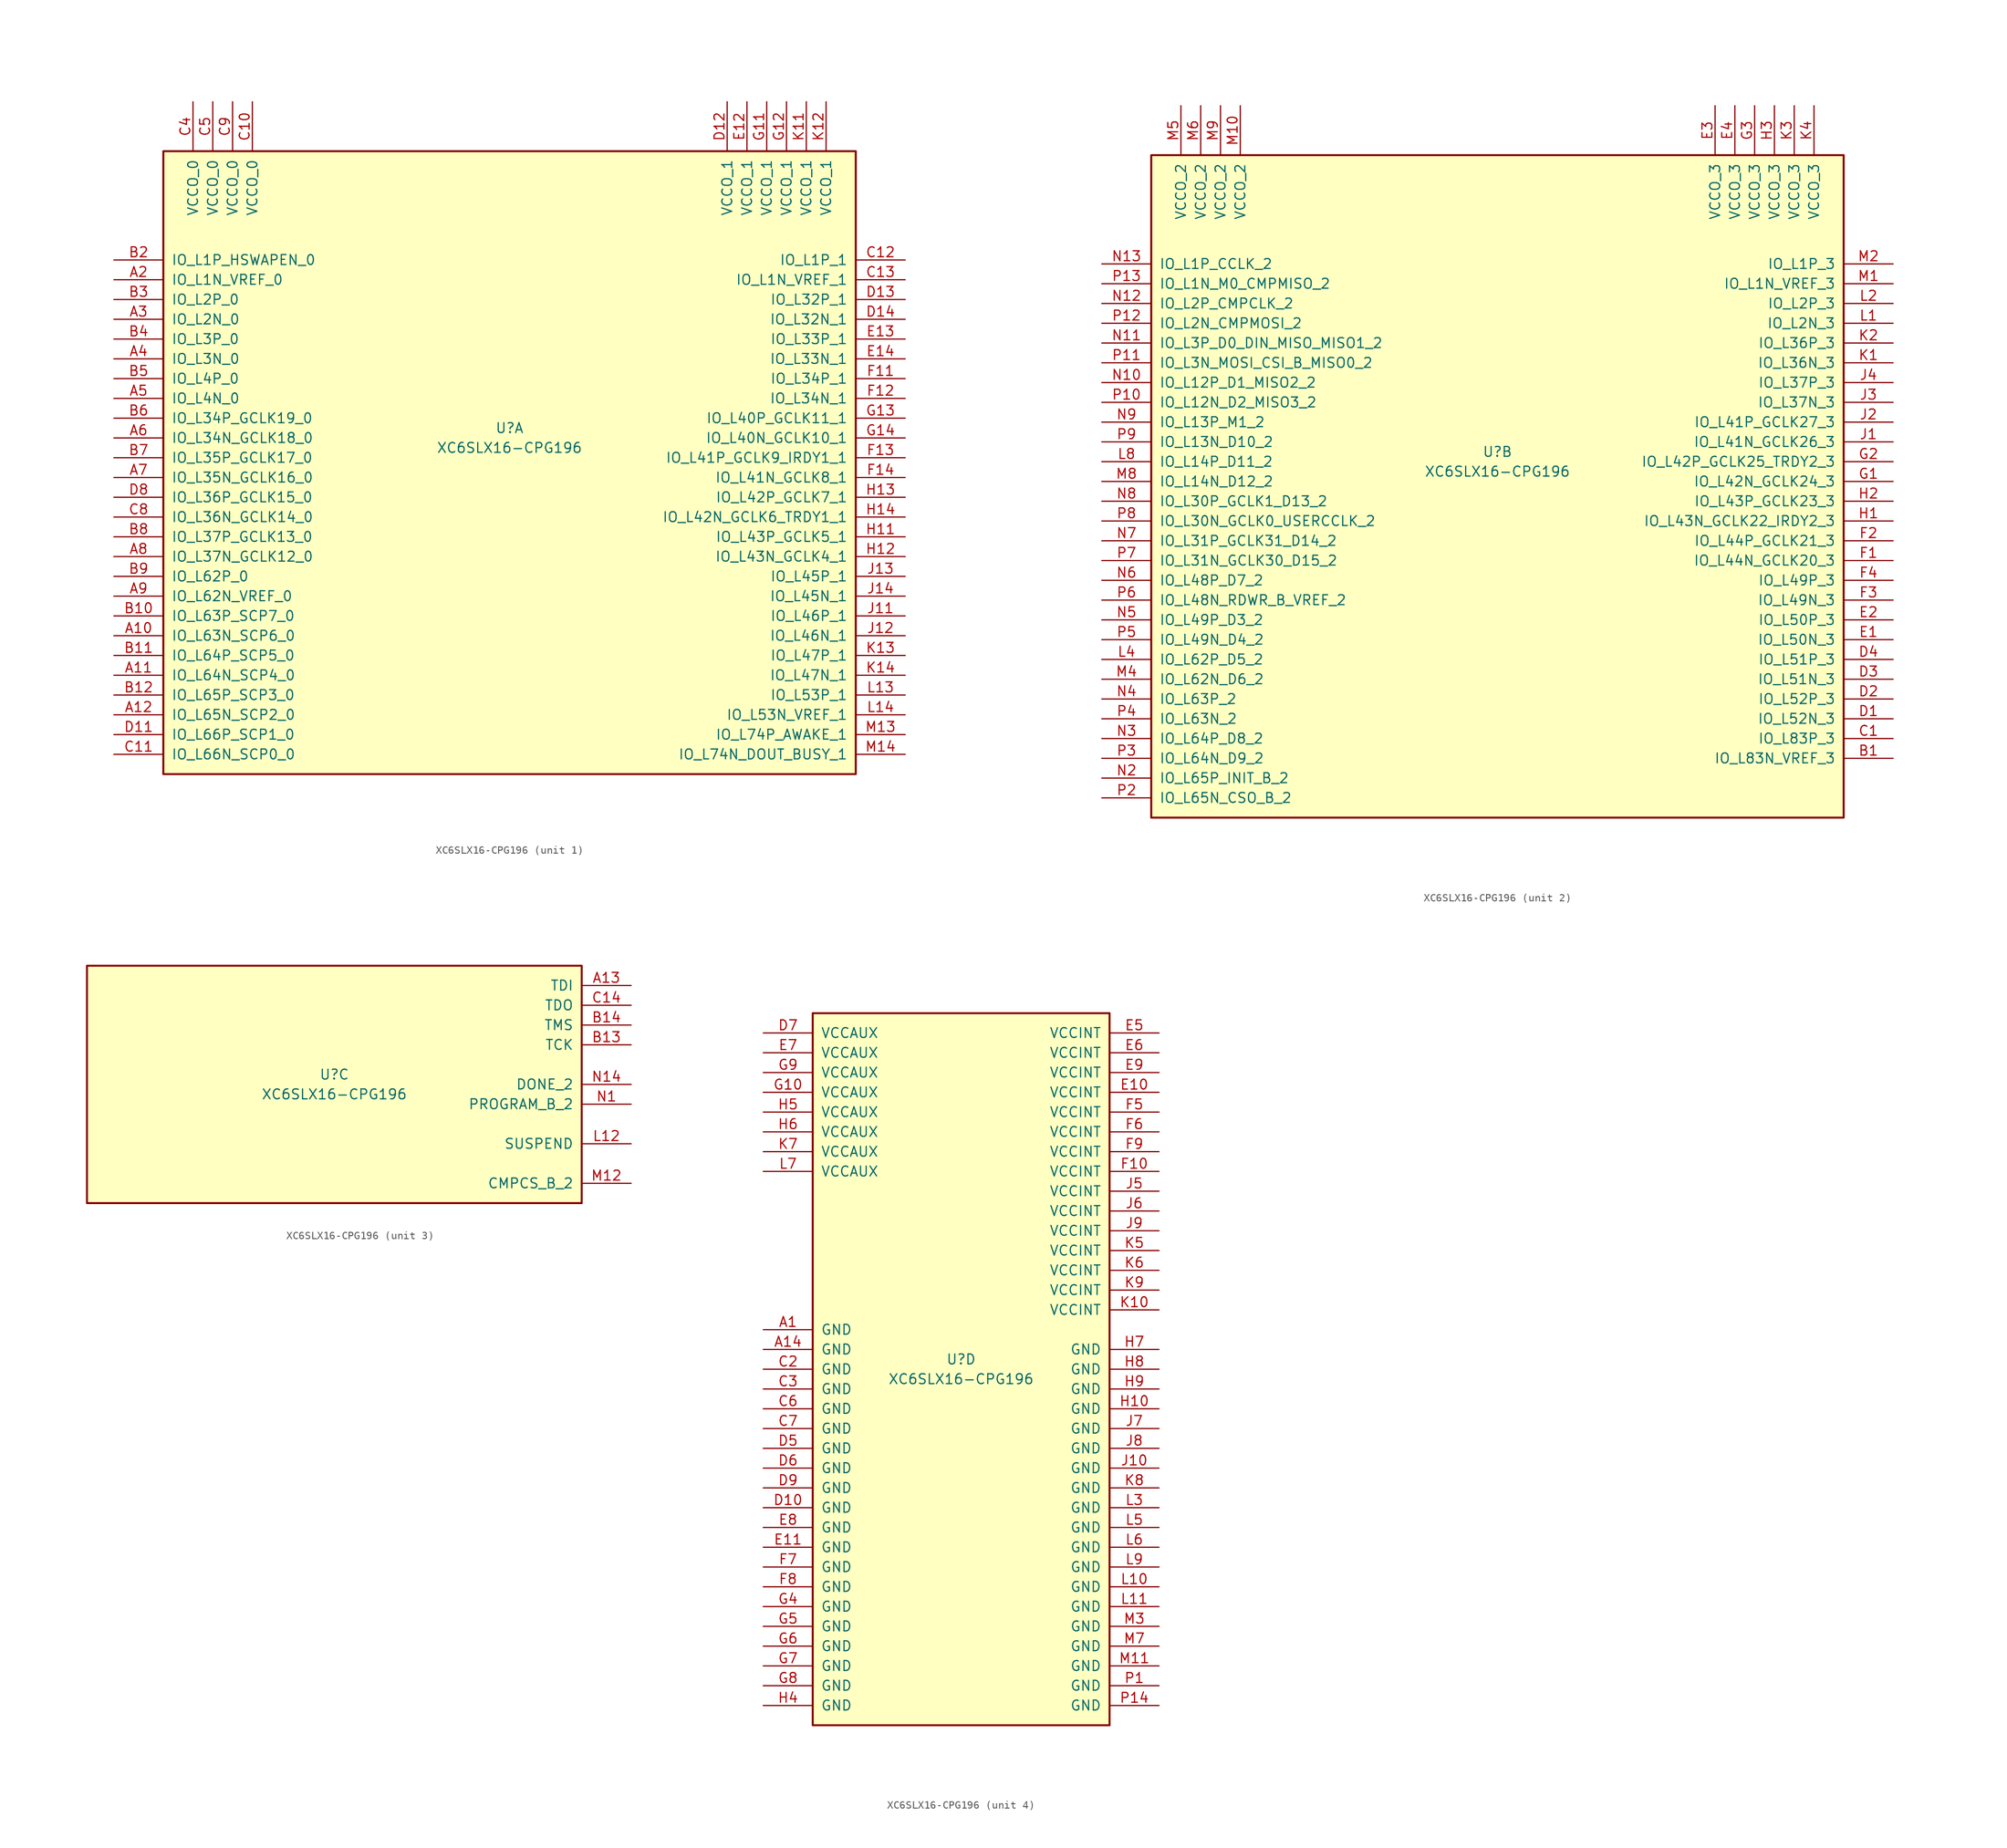
<source format=kicad_sym>
(kicad_symbol_lib
  (version 20201005)
  (generator kicad_symbol_editor)
  (symbol "FPGA_Xilinx_Spartan6:XC6SLX16-CPG196"
    (pin_names
      (offset 1.016))
    (property "Reference" "U"
      (at 0 1.27 0)
      (effects (font (size 1.27 1.27))))
    (property "Value" "XC6SLX16-CPG196"
      (at 0 -1.27 0)
      (effects (font (size 1.27 1.27))))
    (property "Datasheet" ""
      (at 0 0 0)
      (effects (font (size 1.27 1.27))))
    (property "ki_locked" ""
      (at 0 0 0)
      (effects (font (size 1.27 1.27))))
    (symbol "XC6SLX16-CPG196_1_1"
      (rectangle (start -44.45 36.83) (end 44.45 -43.18) (stroke (width 0.254)) (fill (type background)))
      (pin power_in line (at -40.64 43.18 270) (length 6.35) (name "VCCO_0" (effects (font (size 1.27 1.27)))) (number "C4" (effects (font (size 1.27 1.27)))))
      (pin power_in line (at -38.1 43.18 270) (length 6.35) (name "VCCO_0" (effects (font (size 1.27 1.27)))) (number "C5" (effects (font (size 1.27 1.27)))))
      (pin power_in line (at -35.56 43.18 270) (length 6.35) (name "VCCO_0" (effects (font (size 1.27 1.27)))) (number "C9" (effects (font (size 1.27 1.27)))))
      (pin power_in line (at -33.02 43.18 270) (length 6.35) (name "VCCO_0" (effects (font (size 1.27 1.27)))) (number "C10" (effects (font (size 1.27 1.27)))))
      (pin bidirectional line (at -50.8 22.86 0) (length 6.35) (name "IO_L1P_HSWAPEN_0" (effects (font (size 1.27 1.27)))) (number "B2" (effects (font (size 1.27 1.27)))))
      (pin bidirectional line (at -50.8 20.32 0) (length 6.35) (name "IO_L1N_VREF_0" (effects (font (size 1.27 1.27)))) (number "A2" (effects (font (size 1.27 1.27)))))
      (pin bidirectional line (at -50.8 17.78 0) (length 6.35) (name "IO_L2P_0" (effects (font (size 1.27 1.27)))) (number "B3" (effects (font (size 1.27 1.27)))))
      (pin bidirectional line (at -50.8 15.24 0) (length 6.35) (name "IO_L2N_0" (effects (font (size 1.27 1.27)))) (number "A3" (effects (font (size 1.27 1.27)))))
      (pin bidirectional line (at -50.8 12.7 0) (length 6.35) (name "IO_L3P_0" (effects (font (size 1.27 1.27)))) (number "B4" (effects (font (size 1.27 1.27)))))
      (pin bidirectional line (at -50.8 10.16 0) (length 6.35) (name "IO_L3N_0" (effects (font (size 1.27 1.27)))) (number "A4" (effects (font (size 1.27 1.27)))))
      (pin bidirectional line (at -50.8 7.62 0) (length 6.35) (name "IO_L4P_0" (effects (font (size 1.27 1.27)))) (number "B5" (effects (font (size 1.27 1.27)))))
      (pin bidirectional line (at -50.8 5.08 0) (length 6.35) (name "IO_L4N_0" (effects (font (size 1.27 1.27)))) (number "A5" (effects (font (size 1.27 1.27)))))
      (pin bidirectional line (at -50.8 2.54 0) (length 6.35) (name "IO_L34P_GCLK19_0" (effects (font (size 1.27 1.27)))) (number "B6" (effects (font (size 1.27 1.27)))))
      (pin bidirectional line (at -50.8 0 0) (length 6.35) (name "IO_L34N_GCLK18_0" (effects (font (size 1.27 1.27)))) (number "A6" (effects (font (size 1.27 1.27)))))
      (pin bidirectional line (at -50.8 -2.54 0) (length 6.35) (name "IO_L35P_GCLK17_0" (effects (font (size 1.27 1.27)))) (number "B7" (effects (font (size 1.27 1.27)))))
      (pin bidirectional line (at -50.8 -5.08 0) (length 6.35) (name "IO_L35N_GCLK16_0" (effects (font (size 1.27 1.27)))) (number "A7" (effects (font (size 1.27 1.27)))))
      (pin bidirectional line (at -50.8 -7.62 0) (length 6.35) (name "IO_L36P_GCLK15_0" (effects (font (size 1.27 1.27)))) (number "D8" (effects (font (size 1.27 1.27)))))
      (pin bidirectional line (at -50.8 -10.16 0) (length 6.35) (name "IO_L36N_GCLK14_0" (effects (font (size 1.27 1.27)))) (number "C8" (effects (font (size 1.27 1.27)))))
      (pin bidirectional line (at -50.8 -12.7 0) (length 6.35) (name "IO_L37P_GCLK13_0" (effects (font (size 1.27 1.27)))) (number "B8" (effects (font (size 1.27 1.27)))))
      (pin bidirectional line (at -50.8 -15.24 0) (length 6.35) (name "IO_L37N_GCLK12_0" (effects (font (size 1.27 1.27)))) (number "A8" (effects (font (size 1.27 1.27)))))
      (pin bidirectional line (at -50.8 -17.78 0) (length 6.35) (name "IO_L62P_0" (effects (font (size 1.27 1.27)))) (number "B9" (effects (font (size 1.27 1.27)))))
      (pin bidirectional line (at -50.8 -20.32 0) (length 6.35) (name "IO_L62N_VREF_0" (effects (font (size 1.27 1.27)))) (number "A9" (effects (font (size 1.27 1.27)))))
      (pin bidirectional line (at -50.8 -22.86 0) (length 6.35) (name "IO_L63P_SCP7_0" (effects (font (size 1.27 1.27)))) (number "B10" (effects (font (size 1.27 1.27)))))
      (pin bidirectional line (at -50.8 -25.4 0) (length 6.35) (name "IO_L63N_SCP6_0" (effects (font (size 1.27 1.27)))) (number "A10" (effects (font (size 1.27 1.27)))))
      (pin bidirectional line (at -50.8 -27.94 0) (length 6.35) (name "IO_L64P_SCP5_0" (effects (font (size 1.27 1.27)))) (number "B11" (effects (font (size 1.27 1.27)))))
      (pin bidirectional line (at -50.8 -30.48 0) (length 6.35) (name "IO_L64N_SCP4_0" (effects (font (size 1.27 1.27)))) (number "A11" (effects (font (size 1.27 1.27)))))
      (pin bidirectional line (at -50.8 -33.02 0) (length 6.35) (name "IO_L65P_SCP3_0" (effects (font (size 1.27 1.27)))) (number "B12" (effects (font (size 1.27 1.27)))))
      (pin bidirectional line (at -50.8 -35.56 0) (length 6.35) (name "IO_L65N_SCP2_0" (effects (font (size 1.27 1.27)))) (number "A12" (effects (font (size 1.27 1.27)))))
      (pin bidirectional line (at -50.8 -38.1 0) (length 6.35) (name "IO_L66P_SCP1_0" (effects (font (size 1.27 1.27)))) (number "D11" (effects (font (size 1.27 1.27)))))
      (pin bidirectional line (at -50.8 -40.64 0) (length 6.35) (name "IO_L66N_SCP0_0" (effects (font (size 1.27 1.27)))) (number "C11" (effects (font (size 1.27 1.27)))))
      (pin power_in line (at 27.94 43.18 270) (length 6.35) (name "VCCO_1" (effects (font (size 1.27 1.27)))) (number "D12" (effects (font (size 1.27 1.27)))))
      (pin power_in line (at 30.48 43.18 270) (length 6.35) (name "VCCO_1" (effects (font (size 1.27 1.27)))) (number "E12" (effects (font (size 1.27 1.27)))))
      (pin power_in line (at 33.02 43.18 270) (length 6.35) (name "VCCO_1" (effects (font (size 1.27 1.27)))) (number "G11" (effects (font (size 1.27 1.27)))))
      (pin power_in line (at 35.56 43.18 270) (length 6.35) (name "VCCO_1" (effects (font (size 1.27 1.27)))) (number "G12" (effects (font (size 1.27 1.27)))))
      (pin power_in line (at 38.1 43.18 270) (length 6.35) (name "VCCO_1" (effects (font (size 1.27 1.27)))) (number "K11" (effects (font (size 1.27 1.27)))))
      (pin power_in line (at 40.64 43.18 270) (length 6.35) (name "VCCO_1" (effects (font (size 1.27 1.27)))) (number "K12" (effects (font (size 1.27 1.27)))))
      (pin bidirectional line (at 50.8 22.86 180) (length 6.35) (name "IO_L1P_1" (effects (font (size 1.27 1.27)))) (number "C12" (effects (font (size 1.27 1.27)))))
      (pin bidirectional line (at 50.8 20.32 180) (length 6.35) (name "IO_L1N_VREF_1" (effects (font (size 1.27 1.27)))) (number "C13" (effects (font (size 1.27 1.27)))))
      (pin bidirectional line (at 50.8 17.78 180) (length 6.35) (name "IO_L32P_1" (effects (font (size 1.27 1.27)))) (number "D13" (effects (font (size 1.27 1.27)))))
      (pin bidirectional line (at 50.8 15.24 180) (length 6.35) (name "IO_L32N_1" (effects (font (size 1.27 1.27)))) (number "D14" (effects (font (size 1.27 1.27)))))
      (pin bidirectional line (at 50.8 12.7 180) (length 6.35) (name "IO_L33P_1" (effects (font (size 1.27 1.27)))) (number "E13" (effects (font (size 1.27 1.27)))))
      (pin bidirectional line (at 50.8 10.16 180) (length 6.35) (name "IO_L33N_1" (effects (font (size 1.27 1.27)))) (number "E14" (effects (font (size 1.27 1.27)))))
      (pin bidirectional line (at 50.8 7.62 180) (length 6.35) (name "IO_L34P_1" (effects (font (size 1.27 1.27)))) (number "F11" (effects (font (size 1.27 1.27)))))
      (pin bidirectional line (at 50.8 5.08 180) (length 6.35) (name "IO_L34N_1" (effects (font (size 1.27 1.27)))) (number "F12" (effects (font (size 1.27 1.27)))))
      (pin bidirectional line (at 50.8 2.54 180) (length 6.35) (name "IO_L40P_GCLK11_1" (effects (font (size 1.27 1.27)))) (number "G13" (effects (font (size 1.27 1.27)))))
      (pin bidirectional line (at 50.8 0 180) (length 6.35) (name "IO_L40N_GCLK10_1" (effects (font (size 1.27 1.27)))) (number "G14" (effects (font (size 1.27 1.27)))))
      (pin bidirectional line (at 50.8 -2.54 180) (length 6.35) (name "IO_L41P_GCLK9_IRDY1_1" (effects (font (size 1.27 1.27)))) (number "F13" (effects (font (size 1.27 1.27)))))
      (pin bidirectional line (at 50.8 -5.08 180) (length 6.35) (name "IO_L41N_GCLK8_1" (effects (font (size 1.27 1.27)))) (number "F14" (effects (font (size 1.27 1.27)))))
      (pin bidirectional line (at 50.8 -7.62 180) (length 6.35) (name "IO_L42P_GCLK7_1" (effects (font (size 1.27 1.27)))) (number "H13" (effects (font (size 1.27 1.27)))))
      (pin bidirectional line (at 50.8 -10.16 180) (length 6.35) (name "IO_L42N_GCLK6_TRDY1_1" (effects (font (size 1.27 1.27)))) (number "H14" (effects (font (size 1.27 1.27)))))
      (pin bidirectional line (at 50.8 -12.7 180) (length 6.35) (name "IO_L43P_GCLK5_1" (effects (font (size 1.27 1.27)))) (number "H11" (effects (font (size 1.27 1.27)))))
      (pin bidirectional line (at 50.8 -15.24 180) (length 6.35) (name "IO_L43N_GCLK4_1" (effects (font (size 1.27 1.27)))) (number "H12" (effects (font (size 1.27 1.27)))))
      (pin bidirectional line (at 50.8 -17.78 180) (length 6.35) (name "IO_L45P_1" (effects (font (size 1.27 1.27)))) (number "J13" (effects (font (size 1.27 1.27)))))
      (pin bidirectional line (at 50.8 -20.32 180) (length 6.35) (name "IO_L45N_1" (effects (font (size 1.27 1.27)))) (number "J14" (effects (font (size 1.27 1.27)))))
      (pin bidirectional line (at 50.8 -22.86 180) (length 6.35) (name "IO_L46P_1" (effects (font (size 1.27 1.27)))) (number "J11" (effects (font (size 1.27 1.27)))))
      (pin bidirectional line (at 50.8 -25.4 180) (length 6.35) (name "IO_L46N_1" (effects (font (size 1.27 1.27)))) (number "J12" (effects (font (size 1.27 1.27)))))
      (pin bidirectional line (at 50.8 -27.94 180) (length 6.35) (name "IO_L47P_1" (effects (font (size 1.27 1.27)))) (number "K13" (effects (font (size 1.27 1.27)))))
      (pin bidirectional line (at 50.8 -30.48 180) (length 6.35) (name "IO_L47N_1" (effects (font (size 1.27 1.27)))) (number "K14" (effects (font (size 1.27 1.27)))))
      (pin bidirectional line (at 50.8 -33.02 180) (length 6.35) (name "IO_L53P_1" (effects (font (size 1.27 1.27)))) (number "L13" (effects (font (size 1.27 1.27)))))
      (pin bidirectional line (at 50.8 -35.56 180) (length 6.35) (name "IO_L53N_VREF_1" (effects (font (size 1.27 1.27)))) (number "L14" (effects (font (size 1.27 1.27)))))
      (pin bidirectional line (at 50.8 -38.1 180) (length 6.35) (name "IO_L74P_AWAKE_1" (effects (font (size 1.27 1.27)))) (number "M13" (effects (font (size 1.27 1.27)))))
      (pin bidirectional line (at 50.8 -40.64 180) (length 6.35) (name "IO_L74N_DOUT_BUSY_1" (effects (font (size 1.27 1.27)))) (number "M14" (effects (font (size 1.27 1.27))))))
    (symbol "XC6SLX16-CPG196_2_1"
      (rectangle (start -44.45 39.37) (end 44.45 -45.72) (stroke (width 0.254)) (fill (type background)))
      (pin power_in line (at -40.64 45.72 270) (length 6.35) (name "VCCO_2" (effects (font (size 1.27 1.27)))) (number "M5" (effects (font (size 1.27 1.27)))))
      (pin power_in line (at -38.1 45.72 270) (length 6.35) (name "VCCO_2" (effects (font (size 1.27 1.27)))) (number "M6" (effects (font (size 1.27 1.27)))))
      (pin power_in line (at -35.56 45.72 270) (length 6.35) (name "VCCO_2" (effects (font (size 1.27 1.27)))) (number "M9" (effects (font (size 1.27 1.27)))))
      (pin power_in line (at -33.02 45.72 270) (length 6.35) (name "VCCO_2" (effects (font (size 1.27 1.27)))) (number "M10" (effects (font (size 1.27 1.27)))))
      (pin bidirectional line (at -50.8 25.4 0) (length 6.35) (name "IO_L1P_CCLK_2" (effects (font (size 1.27 1.27)))) (number "N13" (effects (font (size 1.27 1.27)))))
      (pin bidirectional line (at -50.8 22.86 0) (length 6.35) (name "IO_L1N_M0_CMPMISO_2" (effects (font (size 1.27 1.27)))) (number "P13" (effects (font (size 1.27 1.27)))))
      (pin bidirectional line (at -50.8 20.32 0) (length 6.35) (name "IO_L2P_CMPCLK_2" (effects (font (size 1.27 1.27)))) (number "N12" (effects (font (size 1.27 1.27)))))
      (pin bidirectional line (at -50.8 17.78 0) (length 6.35) (name "IO_L2N_CMPMOSI_2" (effects (font (size 1.27 1.27)))) (number "P12" (effects (font (size 1.27 1.27)))))
      (pin bidirectional line (at -50.8 15.24 0) (length 6.35) (name "IO_L3P_D0_DIN_MISO_MISO1_2" (effects (font (size 1.27 1.27)))) (number "N11" (effects (font (size 1.27 1.27)))))
      (pin bidirectional line (at -50.8 12.7 0) (length 6.35) (name "IO_L3N_MOSI_CSI_B_MISO0_2" (effects (font (size 1.27 1.27)))) (number "P11" (effects (font (size 1.27 1.27)))))
      (pin bidirectional line (at -50.8 10.16 0) (length 6.35) (name "IO_L12P_D1_MISO2_2" (effects (font (size 1.27 1.27)))) (number "N10" (effects (font (size 1.27 1.27)))))
      (pin bidirectional line (at -50.8 7.62 0) (length 6.35) (name "IO_L12N_D2_MISO3_2" (effects (font (size 1.27 1.27)))) (number "P10" (effects (font (size 1.27 1.27)))))
      (pin bidirectional line (at -50.8 5.08 0) (length 6.35) (name "IO_L13P_M1_2" (effects (font (size 1.27 1.27)))) (number "N9" (effects (font (size 1.27 1.27)))))
      (pin bidirectional line (at -50.8 2.54 0) (length 6.35) (name "IO_L13N_D10_2" (effects (font (size 1.27 1.27)))) (number "P9" (effects (font (size 1.27 1.27)))))
      (pin bidirectional line (at -50.8 0 0) (length 6.35) (name "IO_L14P_D11_2" (effects (font (size 1.27 1.27)))) (number "L8" (effects (font (size 1.27 1.27)))))
      (pin bidirectional line (at -50.8 -2.54 0) (length 6.35) (name "IO_L14N_D12_2" (effects (font (size 1.27 1.27)))) (number "M8" (effects (font (size 1.27 1.27)))))
      (pin bidirectional line (at -50.8 -5.08 0) (length 6.35) (name "IO_L30P_GCLK1_D13_2" (effects (font (size 1.27 1.27)))) (number "N8" (effects (font (size 1.27 1.27)))))
      (pin bidirectional line (at -50.8 -7.62 0) (length 6.35) (name "IO_L30N_GCLK0_USERCCLK_2" (effects (font (size 1.27 1.27)))) (number "P8" (effects (font (size 1.27 1.27)))))
      (pin bidirectional line (at -50.8 -10.16 0) (length 6.35) (name "IO_L31P_GCLK31_D14_2" (effects (font (size 1.27 1.27)))) (number "N7" (effects (font (size 1.27 1.27)))))
      (pin bidirectional line (at -50.8 -12.7 0) (length 6.35) (name "IO_L31N_GCLK30_D15_2" (effects (font (size 1.27 1.27)))) (number "P7" (effects (font (size 1.27 1.27)))))
      (pin bidirectional line (at -50.8 -15.24 0) (length 6.35) (name "IO_L48P_D7_2" (effects (font (size 1.27 1.27)))) (number "N6" (effects (font (size 1.27 1.27)))))
      (pin bidirectional line (at -50.8 -17.78 0) (length 6.35) (name "IO_L48N_RDWR_B_VREF_2" (effects (font (size 1.27 1.27)))) (number "P6" (effects (font (size 1.27 1.27)))))
      (pin bidirectional line (at -50.8 -20.32 0) (length 6.35) (name "IO_L49P_D3_2" (effects (font (size 1.27 1.27)))) (number "N5" (effects (font (size 1.27 1.27)))))
      (pin bidirectional line (at -50.8 -22.86 0) (length 6.35) (name "IO_L49N_D4_2" (effects (font (size 1.27 1.27)))) (number "P5" (effects (font (size 1.27 1.27)))))
      (pin bidirectional line (at -50.8 -25.4 0) (length 6.35) (name "IO_L62P_D5_2" (effects (font (size 1.27 1.27)))) (number "L4" (effects (font (size 1.27 1.27)))))
      (pin bidirectional line (at -50.8 -27.94 0) (length 6.35) (name "IO_L62N_D6_2" (effects (font (size 1.27 1.27)))) (number "M4" (effects (font (size 1.27 1.27)))))
      (pin bidirectional line (at -50.8 -30.48 0) (length 6.35) (name "IO_L63P_2" (effects (font (size 1.27 1.27)))) (number "N4" (effects (font (size 1.27 1.27)))))
      (pin bidirectional line (at -50.8 -33.02 0) (length 6.35) (name "IO_L63N_2" (effects (font (size 1.27 1.27)))) (number "P4" (effects (font (size 1.27 1.27)))))
      (pin bidirectional line (at -50.8 -35.56 0) (length 6.35) (name "IO_L64P_D8_2" (effects (font (size 1.27 1.27)))) (number "N3" (effects (font (size 1.27 1.27)))))
      (pin bidirectional line (at -50.8 -38.1 0) (length 6.35) (name "IO_L64N_D9_2" (effects (font (size 1.27 1.27)))) (number "P3" (effects (font (size 1.27 1.27)))))
      (pin bidirectional line (at -50.8 -40.64 0) (length 6.35) (name "IO_L65P_INIT_B_2" (effects (font (size 1.27 1.27)))) (number "N2" (effects (font (size 1.27 1.27)))))
      (pin bidirectional line (at -50.8 -43.18 0) (length 6.35) (name "IO_L65N_CSO_B_2" (effects (font (size 1.27 1.27)))) (number "P2" (effects (font (size 1.27 1.27)))))
      (pin power_in line (at 27.94 45.72 270) (length 6.35) (name "VCCO_3" (effects (font (size 1.27 1.27)))) (number "E3" (effects (font (size 1.27 1.27)))))
      (pin power_in line (at 30.48 45.72 270) (length 6.35) (name "VCCO_3" (effects (font (size 1.27 1.27)))) (number "E4" (effects (font (size 1.27 1.27)))))
      (pin power_in line (at 33.02 45.72 270) (length 6.35) (name "VCCO_3" (effects (font (size 1.27 1.27)))) (number "G3" (effects (font (size 1.27 1.27)))))
      (pin power_in line (at 35.56 45.72 270) (length 6.35) (name "VCCO_3" (effects (font (size 1.27 1.27)))) (number "H3" (effects (font (size 1.27 1.27)))))
      (pin power_in line (at 38.1 45.72 270) (length 6.35) (name "VCCO_3" (effects (font (size 1.27 1.27)))) (number "K3" (effects (font (size 1.27 1.27)))))
      (pin power_in line (at 40.64 45.72 270) (length 6.35) (name "VCCO_3" (effects (font (size 1.27 1.27)))) (number "K4" (effects (font (size 1.27 1.27)))))
      (pin bidirectional line (at 50.8 25.4 180) (length 6.35) (name "IO_L1P_3" (effects (font (size 1.27 1.27)))) (number "M2" (effects (font (size 1.27 1.27)))))
      (pin bidirectional line (at 50.8 22.86 180) (length 6.35) (name "IO_L1N_VREF_3" (effects (font (size 1.27 1.27)))) (number "M1" (effects (font (size 1.27 1.27)))))
      (pin bidirectional line (at 50.8 20.32 180) (length 6.35) (name "IO_L2P_3" (effects (font (size 1.27 1.27)))) (number "L2" (effects (font (size 1.27 1.27)))))
      (pin bidirectional line (at 50.8 17.78 180) (length 6.35) (name "IO_L2N_3" (effects (font (size 1.27 1.27)))) (number "L1" (effects (font (size 1.27 1.27)))))
      (pin bidirectional line (at 50.8 15.24 180) (length 6.35) (name "IO_L36P_3" (effects (font (size 1.27 1.27)))) (number "K2" (effects (font (size 1.27 1.27)))))
      (pin bidirectional line (at 50.8 12.7 180) (length 6.35) (name "IO_L36N_3" (effects (font (size 1.27 1.27)))) (number "K1" (effects (font (size 1.27 1.27)))))
      (pin bidirectional line (at 50.8 10.16 180) (length 6.35) (name "IO_L37P_3" (effects (font (size 1.27 1.27)))) (number "J4" (effects (font (size 1.27 1.27)))))
      (pin bidirectional line (at 50.8 7.62 180) (length 6.35) (name "IO_L37N_3" (effects (font (size 1.27 1.27)))) (number "J3" (effects (font (size 1.27 1.27)))))
      (pin bidirectional line (at 50.8 5.08 180) (length 6.35) (name "IO_L41P_GCLK27_3" (effects (font (size 1.27 1.27)))) (number "J2" (effects (font (size 1.27 1.27)))))
      (pin bidirectional line (at 50.8 2.54 180) (length 6.35) (name "IO_L41N_GCLK26_3" (effects (font (size 1.27 1.27)))) (number "J1" (effects (font (size 1.27 1.27)))))
      (pin bidirectional line (at 50.8 0 180) (length 6.35) (name "IO_L42P_GCLK25_TRDY2_3" (effects (font (size 1.27 1.27)))) (number "G2" (effects (font (size 1.27 1.27)))))
      (pin bidirectional line (at 50.8 -2.54 180) (length 6.35) (name "IO_L42N_GCLK24_3" (effects (font (size 1.27 1.27)))) (number "G1" (effects (font (size 1.27 1.27)))))
      (pin bidirectional line (at 50.8 -5.08 180) (length 6.35) (name "IO_L43P_GCLK23_3" (effects (font (size 1.27 1.27)))) (number "H2" (effects (font (size 1.27 1.27)))))
      (pin bidirectional line (at 50.8 -7.62 180) (length 6.35) (name "IO_L43N_GCLK22_IRDY2_3" (effects (font (size 1.27 1.27)))) (number "H1" (effects (font (size 1.27 1.27)))))
      (pin bidirectional line (at 50.8 -10.16 180) (length 6.35) (name "IO_L44P_GCLK21_3" (effects (font (size 1.27 1.27)))) (number "F2" (effects (font (size 1.27 1.27)))))
      (pin bidirectional line (at 50.8 -12.7 180) (length 6.35) (name "IO_L44N_GCLK20_3" (effects (font (size 1.27 1.27)))) (number "F1" (effects (font (size 1.27 1.27)))))
      (pin bidirectional line (at 50.8 -15.24 180) (length 6.35) (name "IO_L49P_3" (effects (font (size 1.27 1.27)))) (number "F4" (effects (font (size 1.27 1.27)))))
      (pin bidirectional line (at 50.8 -17.78 180) (length 6.35) (name "IO_L49N_3" (effects (font (size 1.27 1.27)))) (number "F3" (effects (font (size 1.27 1.27)))))
      (pin bidirectional line (at 50.8 -20.32 180) (length 6.35) (name "IO_L50P_3" (effects (font (size 1.27 1.27)))) (number "E2" (effects (font (size 1.27 1.27)))))
      (pin bidirectional line (at 50.8 -22.86 180) (length 6.35) (name "IO_L50N_3" (effects (font (size 1.27 1.27)))) (number "E1" (effects (font (size 1.27 1.27)))))
      (pin bidirectional line (at 50.8 -25.4 180) (length 6.35) (name "IO_L51P_3" (effects (font (size 1.27 1.27)))) (number "D4" (effects (font (size 1.27 1.27)))))
      (pin bidirectional line (at 50.8 -27.94 180) (length 6.35) (name "IO_L51N_3" (effects (font (size 1.27 1.27)))) (number "D3" (effects (font (size 1.27 1.27)))))
      (pin bidirectional line (at 50.8 -30.48 180) (length 6.35) (name "IO_L52P_3" (effects (font (size 1.27 1.27)))) (number "D2" (effects (font (size 1.27 1.27)))))
      (pin bidirectional line (at 50.8 -33.02 180) (length 6.35) (name "IO_L52N_3" (effects (font (size 1.27 1.27)))) (number "D1" (effects (font (size 1.27 1.27)))))
      (pin bidirectional line (at 50.8 -35.56 180) (length 6.35) (name "IO_L83P_3" (effects (font (size 1.27 1.27)))) (number "C1" (effects (font (size 1.27 1.27)))))
      (pin bidirectional line (at 50.8 -38.1 180) (length 6.35) (name "IO_L83N_VREF_3" (effects (font (size 1.27 1.27)))) (number "B1" (effects (font (size 1.27 1.27))))))
    (symbol "XC6SLX16-CPG196_3_1"
      (rectangle (start -31.75 15.24) (end 31.75 -15.24) (stroke (width 0.254)) (fill (type background)))
      (pin bidirectional line (at 38.1 12.7 180) (length 6.35) (name "TDI" (effects (font (size 1.27 1.27)))) (number "A13" (effects (font (size 1.27 1.27)))))
      (pin bidirectional line (at 38.1 10.16 180) (length 6.35) (name "TDO" (effects (font (size 1.27 1.27)))) (number "C14" (effects (font (size 1.27 1.27)))))
      (pin bidirectional line (at 38.1 7.62 180) (length 6.35) (name "TMS" (effects (font (size 1.27 1.27)))) (number "B14" (effects (font (size 1.27 1.27)))))
      (pin bidirectional line (at 38.1 5.08 180) (length 6.35) (name "TCK" (effects (font (size 1.27 1.27)))) (number "B13" (effects (font (size 1.27 1.27)))))
      (pin bidirectional line (at 38.1 0 180) (length 6.35) (name "DONE_2" (effects (font (size 1.27 1.27)))) (number "N14" (effects (font (size 1.27 1.27)))))
      (pin bidirectional line (at 38.1 -2.54 180) (length 6.35) (name "PROGRAM_B_2" (effects (font (size 1.27 1.27)))) (number "N1" (effects (font (size 1.27 1.27)))))
      (pin bidirectional line (at 38.1 -7.62 180) (length 6.35) (name "SUSPEND" (effects (font (size 1.27 1.27)))) (number "L12" (effects (font (size 1.27 1.27)))))
      (pin bidirectional line (at 38.1 -12.7 180) (length 6.35) (name "CMPCS_B_2" (effects (font (size 1.27 1.27)))) (number "M12" (effects (font (size 1.27 1.27))))))
    (symbol "XC6SLX16-CPG196_4_1"
      (rectangle (start -19.05 45.72) (end 19.05 -45.72) (stroke (width 0.254)) (fill (type background)))
      (pin power_in line (at -25.4 43.18 0) (length 6.35) (name "VCCAUX" (effects (font (size 1.27 1.27)))) (number "D7" (effects (font (size 1.27 1.27)))))
      (pin power_in line (at -25.4 40.64 0) (length 6.35) (name "VCCAUX" (effects (font (size 1.27 1.27)))) (number "E7" (effects (font (size 1.27 1.27)))))
      (pin power_in line (at -25.4 38.1 0) (length 6.35) (name "VCCAUX" (effects (font (size 1.27 1.27)))) (number "G9" (effects (font (size 1.27 1.27)))))
      (pin power_in line (at -25.4 35.56 0) (length 6.35) (name "VCCAUX" (effects (font (size 1.27 1.27)))) (number "G10" (effects (font (size 1.27 1.27)))))
      (pin power_in line (at -25.4 33.02 0) (length 6.35) (name "VCCAUX" (effects (font (size 1.27 1.27)))) (number "H5" (effects (font (size 1.27 1.27)))))
      (pin power_in line (at -25.4 30.48 0) (length 6.35) (name "VCCAUX" (effects (font (size 1.27 1.27)))) (number "H6" (effects (font (size 1.27 1.27)))))
      (pin power_in line (at -25.4 27.94 0) (length 6.35) (name "VCCAUX" (effects (font (size 1.27 1.27)))) (number "K7" (effects (font (size 1.27 1.27)))))
      (pin power_in line (at -25.4 25.4 0) (length 6.35) (name "VCCAUX" (effects (font (size 1.27 1.27)))) (number "L7" (effects (font (size 1.27 1.27)))))
      (pin power_in line (at -25.4 5.08 0) (length 6.35) (name "GND" (effects (font (size 1.27 1.27)))) (number "A1" (effects (font (size 1.27 1.27)))))
      (pin power_in line (at -25.4 2.54 0) (length 6.35) (name "GND" (effects (font (size 1.27 1.27)))) (number "A14" (effects (font (size 1.27 1.27)))))
      (pin power_in line (at -25.4 0 0) (length 6.35) (name "GND" (effects (font (size 1.27 1.27)))) (number "C2" (effects (font (size 1.27 1.27)))))
      (pin power_in line (at -25.4 -2.54 0) (length 6.35) (name "GND" (effects (font (size 1.27 1.27)))) (number "C3" (effects (font (size 1.27 1.27)))))
      (pin power_in line (at -25.4 -5.08 0) (length 6.35) (name "GND" (effects (font (size 1.27 1.27)))) (number "C6" (effects (font (size 1.27 1.27)))))
      (pin power_in line (at -25.4 -7.62 0) (length 6.35) (name "GND" (effects (font (size 1.27 1.27)))) (number "C7" (effects (font (size 1.27 1.27)))))
      (pin power_in line (at -25.4 -10.16 0) (length 6.35) (name "GND" (effects (font (size 1.27 1.27)))) (number "D5" (effects (font (size 1.27 1.27)))))
      (pin power_in line (at -25.4 -12.7 0) (length 6.35) (name "GND" (effects (font (size 1.27 1.27)))) (number "D6" (effects (font (size 1.27 1.27)))))
      (pin power_in line (at -25.4 -15.24 0) (length 6.35) (name "GND" (effects (font (size 1.27 1.27)))) (number "D9" (effects (font (size 1.27 1.27)))))
      (pin power_in line (at -25.4 -17.78 0) (length 6.35) (name "GND" (effects (font (size 1.27 1.27)))) (number "D10" (effects (font (size 1.27 1.27)))))
      (pin power_in line (at -25.4 -20.32 0) (length 6.35) (name "GND" (effects (font (size 1.27 1.27)))) (number "E8" (effects (font (size 1.27 1.27)))))
      (pin power_in line (at -25.4 -22.86 0) (length 6.35) (name "GND" (effects (font (size 1.27 1.27)))) (number "E11" (effects (font (size 1.27 1.27)))))
      (pin power_in line (at -25.4 -25.4 0) (length 6.35) (name "GND" (effects (font (size 1.27 1.27)))) (number "F7" (effects (font (size 1.27 1.27)))))
      (pin power_in line (at -25.4 -27.94 0) (length 6.35) (name "GND" (effects (font (size 1.27 1.27)))) (number "F8" (effects (font (size 1.27 1.27)))))
      (pin power_in line (at -25.4 -30.48 0) (length 6.35) (name "GND" (effects (font (size 1.27 1.27)))) (number "G4" (effects (font (size 1.27 1.27)))))
      (pin power_in line (at -25.4 -33.02 0) (length 6.35) (name "GND" (effects (font (size 1.27 1.27)))) (number "G5" (effects (font (size 1.27 1.27)))))
      (pin power_in line (at -25.4 -35.56 0) (length 6.35) (name "GND" (effects (font (size 1.27 1.27)))) (number "G6" (effects (font (size 1.27 1.27)))))
      (pin power_in line (at -25.4 -38.1 0) (length 6.35) (name "GND" (effects (font (size 1.27 1.27)))) (number "G7" (effects (font (size 1.27 1.27)))))
      (pin power_in line (at -25.4 -40.64 0) (length 6.35) (name "GND" (effects (font (size 1.27 1.27)))) (number "G8" (effects (font (size 1.27 1.27)))))
      (pin power_in line (at -25.4 -43.18 0) (length 6.35) (name "GND" (effects (font (size 1.27 1.27)))) (number "H4" (effects (font (size 1.27 1.27)))))
      (pin power_in line (at 25.4 43.18 180) (length 6.35) (name "VCCINT" (effects (font (size 1.27 1.27)))) (number "E5" (effects (font (size 1.27 1.27)))))
      (pin power_in line (at 25.4 40.64 180) (length 6.35) (name "VCCINT" (effects (font (size 1.27 1.27)))) (number "E6" (effects (font (size 1.27 1.27)))))
      (pin power_in line (at 25.4 38.1 180) (length 6.35) (name "VCCINT" (effects (font (size 1.27 1.27)))) (number "E9" (effects (font (size 1.27 1.27)))))
      (pin power_in line (at 25.4 35.56 180) (length 6.35) (name "VCCINT" (effects (font (size 1.27 1.27)))) (number "E10" (effects (font (size 1.27 1.27)))))
      (pin power_in line (at 25.4 33.02 180) (length 6.35) (name "VCCINT" (effects (font (size 1.27 1.27)))) (number "F5" (effects (font (size 1.27 1.27)))))
      (pin power_in line (at 25.4 30.48 180) (length 6.35) (name "VCCINT" (effects (font (size 1.27 1.27)))) (number "F6" (effects (font (size 1.27 1.27)))))
      (pin power_in line (at 25.4 27.94 180) (length 6.35) (name "VCCINT" (effects (font (size 1.27 1.27)))) (number "F9" (effects (font (size 1.27 1.27)))))
      (pin power_in line (at 25.4 25.4 180) (length 6.35) (name "VCCINT" (effects (font (size 1.27 1.27)))) (number "F10" (effects (font (size 1.27 1.27)))))
      (pin power_in line (at 25.4 22.86 180) (length 6.35) (name "VCCINT" (effects (font (size 1.27 1.27)))) (number "J5" (effects (font (size 1.27 1.27)))))
      (pin power_in line (at 25.4 20.32 180) (length 6.35) (name "VCCINT" (effects (font (size 1.27 1.27)))) (number "J6" (effects (font (size 1.27 1.27)))))
      (pin power_in line (at 25.4 17.78 180) (length 6.35) (name "VCCINT" (effects (font (size 1.27 1.27)))) (number "J9" (effects (font (size 1.27 1.27)))))
      (pin power_in line (at 25.4 15.24 180) (length 6.35) (name "VCCINT" (effects (font (size 1.27 1.27)))) (number "K5" (effects (font (size 1.27 1.27)))))
      (pin power_in line (at 25.4 12.7 180) (length 6.35) (name "VCCINT" (effects (font (size 1.27 1.27)))) (number "K6" (effects (font (size 1.27 1.27)))))
      (pin power_in line (at 25.4 10.16 180) (length 6.35) (name "VCCINT" (effects (font (size 1.27 1.27)))) (number "K9" (effects (font (size 1.27 1.27)))))
      (pin power_in line (at 25.4 7.62 180) (length 6.35) (name "VCCINT" (effects (font (size 1.27 1.27)))) (number "K10" (effects (font (size 1.27 1.27)))))
      (pin power_in line (at 25.4 2.54 180) (length 6.35) (name "GND" (effects (font (size 1.27 1.27)))) (number "H7" (effects (font (size 1.27 1.27)))))
      (pin power_in line (at 25.4 0 180) (length 6.35) (name "GND" (effects (font (size 1.27 1.27)))) (number "H8" (effects (font (size 1.27 1.27)))))
      (pin power_in line (at 25.4 -2.54 180) (length 6.35) (name "GND" (effects (font (size 1.27 1.27)))) (number "H9" (effects (font (size 1.27 1.27)))))
      (pin power_in line (at 25.4 -5.08 180) (length 6.35) (name "GND" (effects (font (size 1.27 1.27)))) (number "H10" (effects (font (size 1.27 1.27)))))
      (pin power_in line (at 25.4 -7.62 180) (length 6.35) (name "GND" (effects (font (size 1.27 1.27)))) (number "J7" (effects (font (size 1.27 1.27)))))
      (pin power_in line (at 25.4 -10.16 180) (length 6.35) (name "GND" (effects (font (size 1.27 1.27)))) (number "J8" (effects (font (size 1.27 1.27)))))
      (pin power_in line (at 25.4 -12.7 180) (length 6.35) (name "GND" (effects (font (size 1.27 1.27)))) (number "J10" (effects (font (size 1.27 1.27)))))
      (pin power_in line (at 25.4 -15.24 180) (length 6.35) (name "GND" (effects (font (size 1.27 1.27)))) (number "K8" (effects (font (size 1.27 1.27)))))
      (pin power_in line (at 25.4 -17.78 180) (length 6.35) (name "GND" (effects (font (size 1.27 1.27)))) (number "L3" (effects (font (size 1.27 1.27)))))
      (pin power_in line (at 25.4 -20.32 180) (length 6.35) (name "GND" (effects (font (size 1.27 1.27)))) (number "L5" (effects (font (size 1.27 1.27)))))
      (pin power_in line (at 25.4 -22.86 180) (length 6.35) (name "GND" (effects (font (size 1.27 1.27)))) (number "L6" (effects (font (size 1.27 1.27)))))
      (pin power_in line (at 25.4 -25.4 180) (length 6.35) (name "GND" (effects (font (size 1.27 1.27)))) (number "L9" (effects (font (size 1.27 1.27)))))
      (pin power_in line (at 25.4 -27.94 180) (length 6.35) (name "GND" (effects (font (size 1.27 1.27)))) (number "L10" (effects (font (size 1.27 1.27)))))
      (pin power_in line (at 25.4 -30.48 180) (length 6.35) (name "GND" (effects (font (size 1.27 1.27)))) (number "L11" (effects (font (size 1.27 1.27)))))
      (pin power_in line (at 25.4 -33.02 180) (length 6.35) (name "GND" (effects (font (size 1.27 1.27)))) (number "M3" (effects (font (size 1.27 1.27)))))
      (pin power_in line (at 25.4 -35.56 180) (length 6.35) (name "GND" (effects (font (size 1.27 1.27)))) (number "M7" (effects (font (size 1.27 1.27)))))
      (pin power_in line (at 25.4 -38.1 180) (length 6.35) (name "GND" (effects (font (size 1.27 1.27)))) (number "M11" (effects (font (size 1.27 1.27)))))
      (pin power_in line (at 25.4 -40.64 180) (length 6.35) (name "GND" (effects (font (size 1.27 1.27)))) (number "P1" (effects (font (size 1.27 1.27)))))
      (pin power_in line (at 25.4 -43.18 180) (length 6.35) (name "GND" (effects (font (size 1.27 1.27)))) (number "P14" (effects (font (size 1.27 1.27))))))))
</source>
